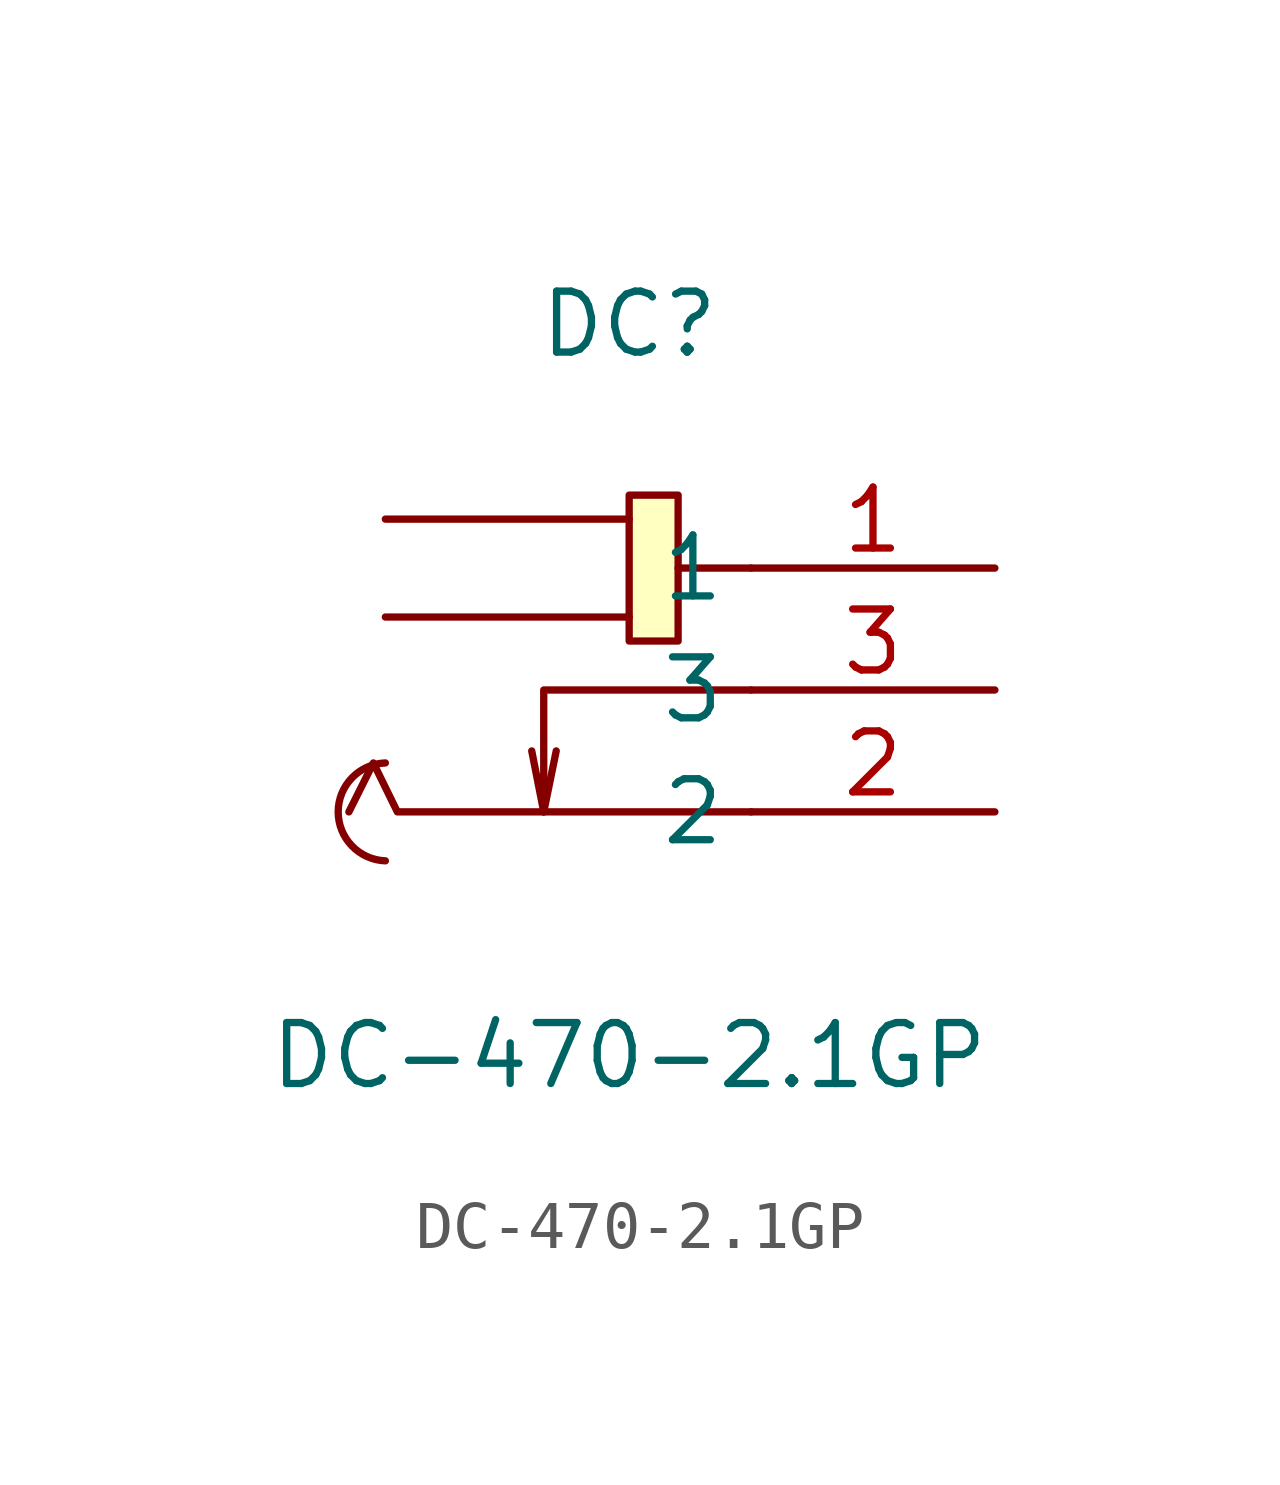
<source format=kicad_sym>
(kicad_symbol_lib
  (version 20211014)
  (generator https://github.com/uPesy/easyeda2kicad.py)
  (symbol "DC-470-2.1GP"
    (property "Reference" "DC"
      (at 0 7.62 0)
      (effects (font (size 1.27 1.27))))
    (property "Value" "DC-470-2.1GP"
      (at 0 -7.62 0)
      (effects (font (size 1.27 1.27))))
    (symbol "DC-470-2.1GP_0_1"
      (rectangle (start 0.00 4.06) (end 1.02 1.02) (stroke (width 0) (type default) (color 0 0 0 0)) (fill (type background)))
      (arc (start -5.08 -1.52) (mid -4.87 -1.55) (end -5.08 -3.56) (stroke (width 0) (type default) (color 0 0 0 0)) (fill (type none)))
      (polyline (pts (xy 2.54 2.54) (xy 1.02 2.54)) (stroke (width 0) (type default) (color 0 0 0 0)) (fill (type none)))
      (polyline (pts (xy 0.00 3.56) (xy -5.08 3.56)) (stroke (width 0) (type default) (color 0 0 0 0)) (fill (type none)))
      (polyline (pts (xy 0.00 1.52) (xy -5.08 1.52)) (stroke (width 0) (type default) (color 0 0 0 0)) (fill (type none)))
      (polyline (pts (xy 2.54 -2.54) (xy -4.83 -2.54) (xy -5.33 -1.52) (xy -5.84 -2.54)) (stroke (width 0) (type default) (color 0 0 0 0)) (fill (type none)))
      (polyline (pts (xy 2.54 -0.00) (xy -1.78 -0.00) (xy -1.78 -2.54) (xy -2.03 -1.27)) (stroke (width 0) (type default) (color 0 0 0 0)) (fill (type none)))
      (polyline (pts (xy -1.78 -2.54) (xy -1.52 -1.27)) (stroke (width 0) (type default) (color 0 0 0 0)) (fill (type none)))
      (pin unspecified line (at 7.62 2.54 180) (length 5.08) (name "1" (effects (font (size 1.27 1.27)))) (number "1" (effects (font (size 1.27 1.27)))))
      (pin unspecified line (at 7.62 -2.54 180) (length 5.08) (name "2" (effects (font (size 1.27 1.27)))) (number "2" (effects (font (size 1.27 1.27)))))
      (pin unspecified line (at 7.62 -0.00 180) (length 5.08) (name "3" (effects (font (size 1.27 1.27)))) (number "3" (effects (font (size 1.27 1.27))))))))
</source>
